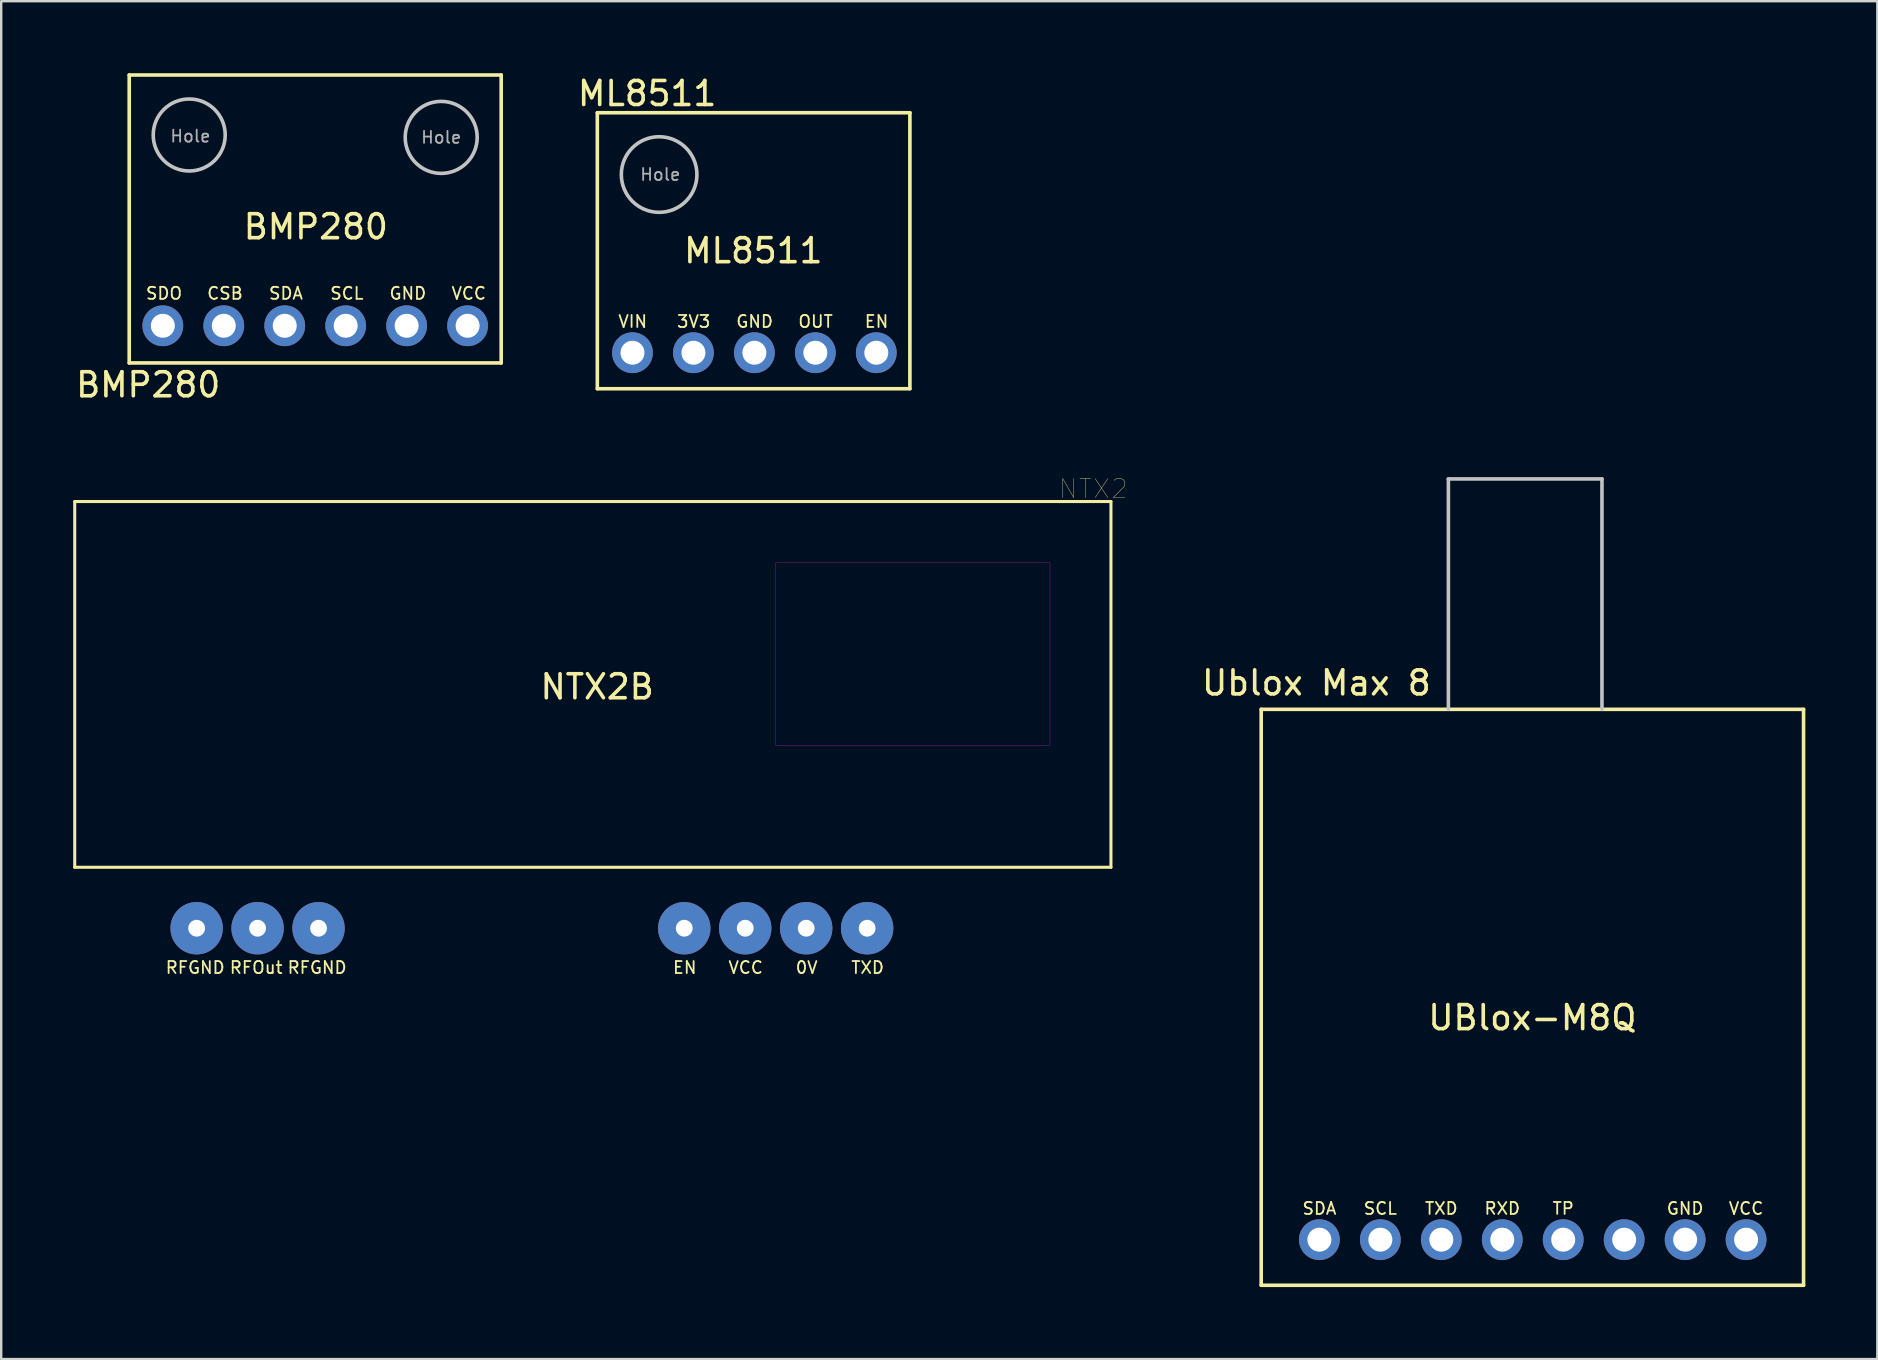
<source format=kicad_pcb>
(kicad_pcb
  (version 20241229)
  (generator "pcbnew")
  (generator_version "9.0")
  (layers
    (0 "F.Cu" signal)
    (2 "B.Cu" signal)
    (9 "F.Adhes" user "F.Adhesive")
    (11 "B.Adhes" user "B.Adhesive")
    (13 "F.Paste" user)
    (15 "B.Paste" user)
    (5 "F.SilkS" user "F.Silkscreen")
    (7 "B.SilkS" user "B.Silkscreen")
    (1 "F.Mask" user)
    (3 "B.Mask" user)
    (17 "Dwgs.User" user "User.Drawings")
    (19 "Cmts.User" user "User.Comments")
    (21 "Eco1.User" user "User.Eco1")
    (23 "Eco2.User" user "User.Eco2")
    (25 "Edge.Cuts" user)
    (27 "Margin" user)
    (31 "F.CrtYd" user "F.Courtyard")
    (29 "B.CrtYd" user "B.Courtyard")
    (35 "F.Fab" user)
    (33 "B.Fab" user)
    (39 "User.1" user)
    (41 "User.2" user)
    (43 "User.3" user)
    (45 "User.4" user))
  (footprint "ML8511"
    (layer "F.Cu")
    (at 28.316 7.398)
    (property "Reference" "ML8511" (at -4.4 -6.55 0) (layer "F.SilkS") (effects (font (size 1 1) (thickness 0.15))))
    (attr through_hole)
    (fp_line (start -6.475 -5.75) (end -6.475 5.75) (stroke (width 0.15) (type solid)) (layer "F.SilkS"))
    (fp_line (start -6.475 -5.75) (end 6.55 -5.75) (stroke (width 0.15) (type solid)) (layer "F.SilkS"))
    (fp_line (start 6.55 -5.75) (end 6.55 5.75) (stroke (width 0.15) (type solid)) (layer "F.SilkS"))
    (fp_line (start 6.55 5.75) (end -6.475 5.75) (stroke (width 0.15) (type solid)) (layer "F.SilkS"))
    (fp_circle (center -3.9 -3.175) (end -2.325 -3.175) (stroke (width 0.15) (type solid)) (fill no) (layer "Dwgs.User"))
    (fp_text user "ML8511" (at 0.025 0 0) (layer "F.SilkS") (effects (font (size 1 1) (thickness 0.15))))
    (fp_text user "VIN" (at -5 2.95 0) (layer "F.SilkS") (effects (font (size 0.5 0.5) (thickness 0.075))))
    (fp_text user "3V3" (at -2.46 2.95 0) (layer "F.SilkS") (effects (font (size 0.5 0.5) (thickness 0.075))))
    (fp_text user "GND" (at 0.08 2.95 0) (layer "F.SilkS") (effects (font (size 0.5 0.5) (thickness 0.075))))
    (fp_text user "OUT" (at 2.62 2.95 0) (layer "F.SilkS") (effects (font (size 0.5 0.5) (thickness 0.075))))
    (fp_text user "EN" (at 5.16 2.95 0) (layer "F.SilkS") (effects (font (size 0.5 0.5) (thickness 0.075))))
    (fp_text user "Hole" (at -3.85 -3.175 0) (layer "F.Fab") (effects (font (size 0.5 0.5) (thickness 0.075))))
    (pad "1" thru_hole oval (at -5.01 4.25) (size 1.7 1.7) (drill 1) (layers "*.Cu" "*.Mask"))
    (pad "2" thru_hole oval (at -2.47 4.25) (size 1.7 1.7) (drill 1) (layers "*.Cu" "*.Mask"))
    (pad "3" thru_hole oval (at 0.07 4.25) (size 1.7 1.7) (drill 1) (layers "*.Cu" "*.Mask"))
    (pad "4" thru_hole oval (at 2.61 4.25) (size 1.7 1.7) (drill 1) (layers "*.Cu" "*.Mask"))
    (pad "5" thru_hole oval (at 5.15 4.25) (size 1.7 1.7) (drill 1) (layers "*.Cu" "*.Mask")))
  (footprint "Ublox Max 8"
    (layer "F.Cu")
    (at 60.705 39.208)
    (property "Reference" "Ublox Max 8" (at -8.9 -13.8 0) (layer "F.SilkS") (effects (font (size 1 1) (thickness 0.15))))
    (attr through_hole)
    (fp_line (start -11.2 -12.7) (end 11.4 -12.7) (stroke (width 0.15) (type solid)) (layer "F.SilkS"))
    (fp_line (start -11.2 11.3) (end -11.2 -12.7) (stroke (width 0.15) (type solid)) (layer "F.SilkS"))
    (fp_line (start 11.4 -12.7) (end 11.4 11.3) (stroke (width 0.15) (type solid)) (layer "F.SilkS"))
    (fp_line (start 11.4 11.3) (end -11.2 11.3) (stroke (width 0.15) (type solid)) (layer "F.SilkS"))
    (fp_line (start -3.4 -22.3) (end 3 -22.3) (stroke (width 0.15) (type solid)) (layer "Dwgs.User"))
    (fp_line (start -3.4 -12.7) (end -3.4 -22.3) (stroke (width 0.15) (type solid)) (layer "Dwgs.User"))
    (fp_line (start 3 -22.3) (end 3 -12.7) (stroke (width 0.15) (type solid)) (layer "Dwgs.User"))
    (fp_text user "TXD" (at -3.695 8.1 0) (layer "F.SilkS") (effects (font (size 0.5 0.5) (thickness 0.075))))
    (fp_text user "SDA" (at -8.775 8.1 0) (layer "F.SilkS") (effects (font (size 0.5 0.5) (thickness 0.075))))
    (fp_text user "UBlox-M8Q" (at 0.1 0.15 0) (layer "F.SilkS") (effects (font (size 1 1) (thickness 0.15))))
    (fp_text user "GND" (at 6.465 8.1 0) (layer "F.SilkS") (effects (font (size 0.5 0.5) (thickness 0.075))))
    (fp_text user "VCC" (at 9.005 8.1 0) (layer "F.SilkS") (effects (font (size 0.5 0.5) (thickness 0.075))))
    (fp_text user "RXD" (at -1.155 8.1 0) (layer "F.SilkS") (effects (font (size 0.5 0.5) (thickness 0.075))))
    (fp_text user "TP" (at 1.385 8.1 0) (layer "F.SilkS") (effects (font (size 0.5 0.5) (thickness 0.075))))
    (fp_text user "SCL" (at -6.235 8.1 0) (layer "F.SilkS") (effects (font (size 0.5 0.5) (thickness 0.075))))
    (pad "1" thru_hole oval (at -8.775 9.4) (size 1.7 1.7) (drill oval 1) (layers "*.Cu" "*.Mask"))
    (pad "2" thru_hole oval (at -6.235 9.4) (size 1.7 1.7) (drill oval 1) (layers "*.Cu" "*.Mask"))
    (pad "3" thru_hole oval (at -3.695 9.4) (size 1.7 1.7) (drill oval 1) (layers "*.Cu" "*.Mask"))
    (pad "4" thru_hole oval (at -1.155 9.4) (size 1.7 1.7) (drill oval 1) (layers "*.Cu" "*.Mask"))
    (pad "5" thru_hole oval (at 1.385 9.4) (size 1.7 1.7) (drill oval 1) (layers "*.Cu" "*.Mask"))
    (pad "6" thru_hole oval (at 3.925 9.4) (size 1.7 1.7) (drill oval 1) (layers "*.Cu" "*.Mask"))
    (pad "7" thru_hole oval (at 6.465 9.4) (size 1.7 1.7) (drill oval 1) (layers "*.Cu" "*.Mask"))
    (pad "8" thru_hole oval (at 9.005 9.4) (size 1.7 1.7) (drill oval 1) (layers "*.Cu" "*.Mask")))
  (footprint "NTX2"
    (layer "F.Cu")
    (at 21.784 25.57)
    (property "Reference" "NTX2" (at 20.729 -8.25 0) (layer "F.SilkS") (effects (font (size 0.787 0.787) (thickness 0.015))))
    (attr through_hole)
    (fp_line (start -21.72 7.52) (end -21.72 -7.72) (stroke (width 0.127) (type solid)) (layer "F.SilkS"))
    (fp_line (start -21.72 7.52) (end 21.46 7.52) (stroke (width 0.127) (type solid)) (layer "F.SilkS"))
    (fp_line (start 21.46 -7.72) (end -21.72 -7.72) (stroke (width 0.127) (type solid)) (layer "F.SilkS"))
    (fp_line (start 21.46 -7.72) (end 21.46 7.52) (stroke (width 0.127) (type solid)) (layer "F.SilkS"))
    (fp_poly (pts (xy 7.49 -5.18) (xy 18.92 -5.18) (xy 18.92 2.44) (xy 7.49 2.44)) (stroke (width 0.01) (type solid)) (fill no) (layer "F.CrtYd"))
    (fp_text user "TXD" (at 11.32 11.7 0) (layer "F.SilkS") (effects (font (size 0.5 0.5) (thickness 0.075))))
    (fp_text user "RFGND" (at -16.7 11.7 0) (layer "F.SilkS") (effects (font (size 0.5 0.5) (thickness 0.075))))
    (fp_text user "VCC" (at 6.24 11.7 0) (layer "F.SilkS") (effects (font (size 0.5 0.5) (thickness 0.075))))
    (fp_text user "EN" (at 3.7 11.7 0) (layer "F.SilkS") (effects (font (size 0.5 0.5) (thickness 0.075))))
    (fp_text user "NTX2B" (at 0.05 0 0) (layer "F.SilkS") (effects (font (size 1 1) (thickness 0.15))))
    (fp_text user "0V" (at 8.78 11.7 0) (layer "F.SilkS") (effects (font (size 0.5 0.5) (thickness 0.075))))
    (fp_text user "RFGND" (at -11.62 11.7 0) (layer "F.SilkS") (effects (font (size 0.5 0.5) (thickness 0.075))))
    (fp_text user "RFOut" (at -14.16 11.7 0) (layer "F.SilkS") (effects (font (size 0.5 0.5) (thickness 0.075))))
    (pad "1" thru_hole circle (at -16.64 10.06) (size 2.184 2.184) (drill 0.7) (layers "*.Cu" "*.Mask"))
    (pad "2" thru_hole circle (at -14.1 10.06) (size 2.184 2.184) (drill 0.7) (layers "*.Cu" "*.Mask"))
    (pad "3" thru_hole circle (at -11.56 10.06) (size 2.184 2.184) (drill 0.7) (layers "*.Cu" "*.Mask"))
    (pad "4" thru_hole circle (at 3.68 10.06) (size 2.184 2.184) (drill 0.7) (layers "*.Cu" "*.Mask"))
    (pad "5" thru_hole circle (at 6.22 10.06) (size 2.184 2.184) (drill 0.7) (layers "*.Cu" "*.Mask"))
    (pad "6" thru_hole circle (at 8.76 10.06) (size 2.184 2.184) (drill 0.7) (layers "*.Cu" "*.Mask"))
    (pad "7" thru_hole circle (at 11.3 10.06) (size 2.184 2.184) (drill 0.7) (layers "*.Cu" "*.Mask")))
  (footprint "BMP280"
    (layer "F.Cu")
    (at 10.135 6.475)
    (property "Reference" "BMP280" (at -7.01 6.51 0) (layer "F.SilkS") (effects (font (size 1 1) (thickness 0.15))))
    (attr through_hole)
    (fp_line (start -7.8 -6.4) (end -7.8 5.6) (stroke (width 0.15) (type solid)) (layer "F.SilkS"))
    (fp_line (start -7.8 -6.4) (end 7.7 -6.4) (stroke (width 0.15) (type solid)) (layer "F.SilkS"))
    (fp_line (start 7.7 -6.4) (end 7.7 5.6) (stroke (width 0.15) (type solid)) (layer "F.SilkS"))
    (fp_line (start 7.7 5.6) (end -7.8 5.6) (stroke (width 0.15) (type solid)) (layer "F.SilkS"))
    (fp_circle (center -5.3 -3.9) (end -3.8 -3.9) (stroke (width 0.15) (type solid)) (fill no) (layer "Dwgs.User"))
    (fp_circle (center 5.2 -3.8) (end 6.7 -3.8) (stroke (width 0.15) (type solid)) (fill no) (layer "Dwgs.User"))
    (fp_text user "SDO" (at -6.35 2.7 0) (layer "F.SilkS") (effects (font (size 0.5 0.5) (thickness 0.075))))
    (fp_text user "CSB" (at -3.81 2.7 0) (layer "F.SilkS") (effects (font (size 0.5 0.5) (thickness 0.075))))
    (fp_text user "SCL" (at 1.27 2.7 0) (layer "F.SilkS") (effects (font (size 0.5 0.5) (thickness 0.075))))
    (fp_text user "VCC" (at 6.35 2.7 0) (layer "F.SilkS") (effects (font (size 0.5 0.5) (thickness 0.075))))
    (fp_text user "BMP280" (at -0.025 -0.075 0) (layer "F.SilkS") (effects (font (size 1 1) (thickness 0.15))))
    (fp_text user "SDA" (at -1.27 2.7 0) (layer "F.SilkS") (effects (font (size 0.5 0.5) (thickness 0.075))))
    (fp_text user "GND" (at 3.81 2.7 0) (layer "F.SilkS") (effects (font (size 0.5 0.5) (thickness 0.075))))
    (fp_text user "Hole" (at -5.25 -3.85 0) (layer "F.Fab") (effects (font (size 0.5 0.5) (thickness 0.075))))
    (fp_text user "Hole" (at 5.2 -3.8 0) (layer "F.Fab") (effects (font (size 0.5 0.5) (thickness 0.075))))
    (pad "1" thru_hole oval (at 6.3 4.05) (size 1.7 1.7) (drill 1) (layers "*.Cu" "*.Mask"))
    (pad "2" thru_hole oval (at 3.76 4.05) (size 1.7 1.7) (drill 1) (layers "*.Cu" "*.Mask"))
    (pad "3" thru_hole oval (at 1.22 4.05) (size 1.7 1.7) (drill 1) (layers "*.Cu" "*.Mask"))
    (pad "4" thru_hole oval (at -1.32 4.05) (size 1.7 1.7) (drill 1) (layers "*.Cu" "*.Mask"))
    (pad "5" thru_hole oval (at -3.86 4.05) (size 1.7 1.7) (drill 1) (layers "*.Cu" "*.Mask"))
    (pad "6" thru_hole oval (at -6.4 4.05) (size 1.7 1.7) (drill 1) (layers "*.Cu" "*.Mask")))
  (gr_rect
    (start -3 -3)
    (end 75.18 53.583)
    (stroke (width 0.1) (type default))
    (fill no)
    (layer "Edge.Cuts")))
</source>
